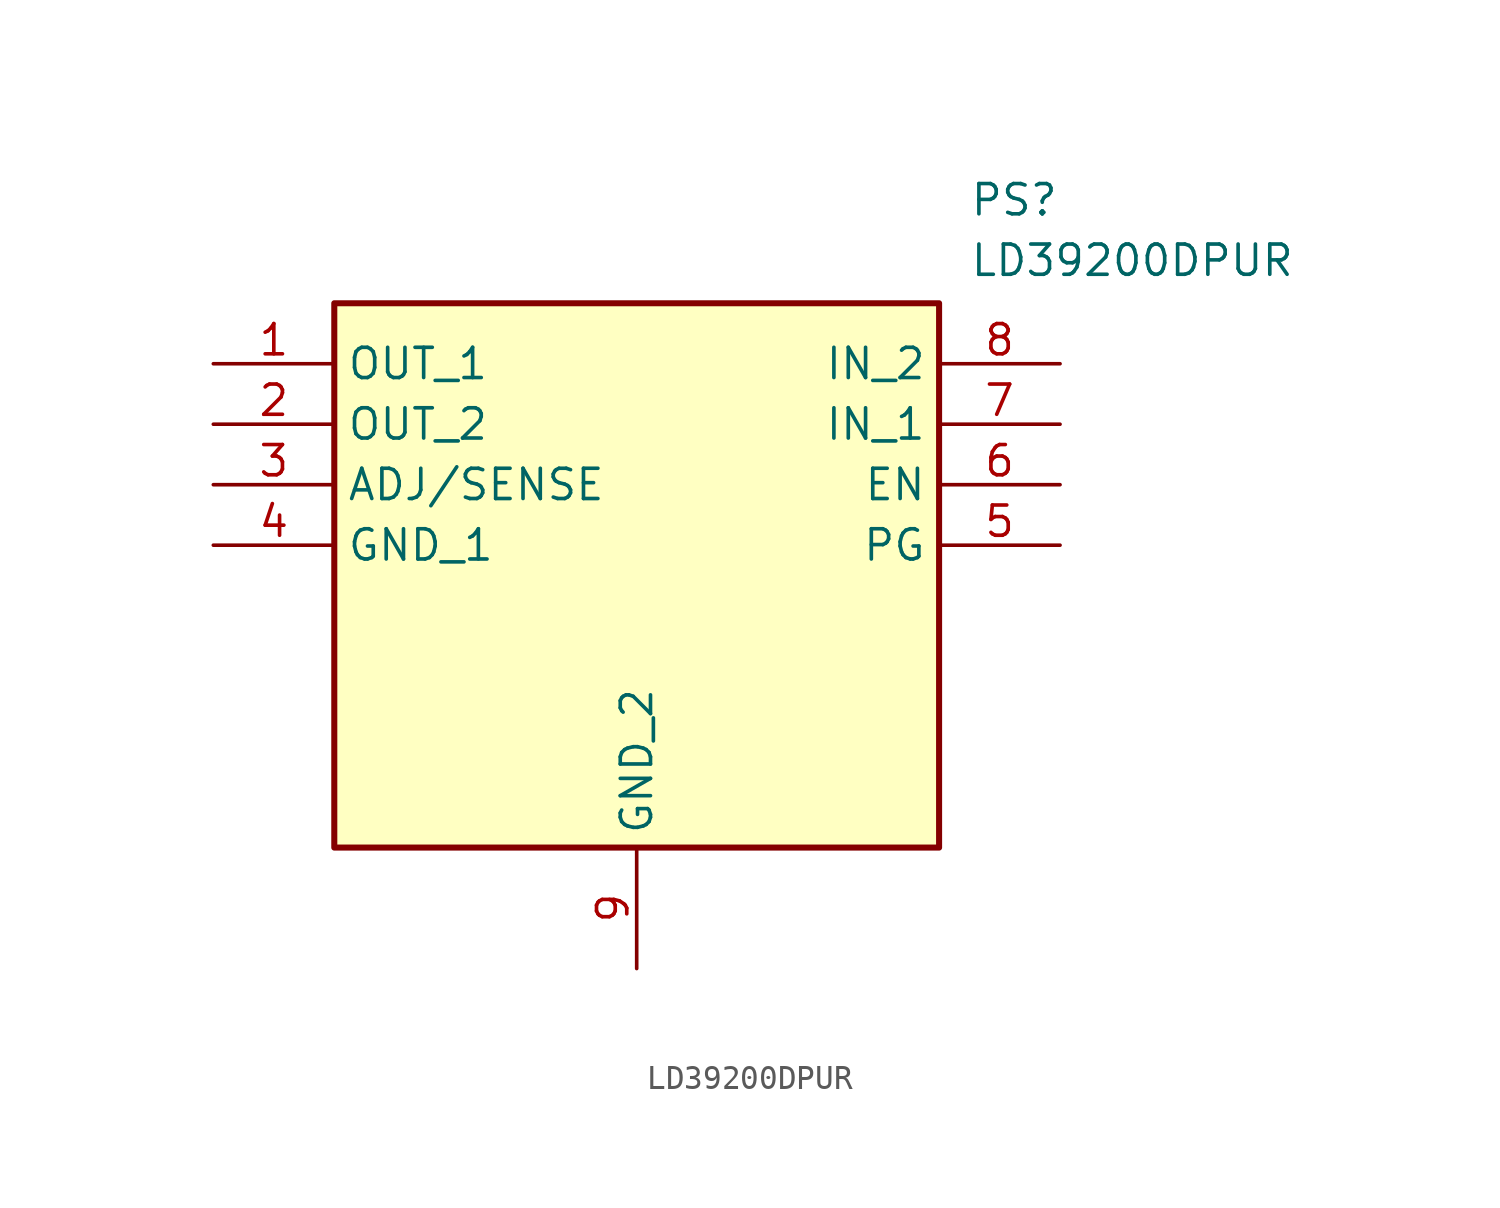
<source format=kicad_sym>
(kicad_symbol_lib
  (version 20211014)
  (generator SamacSys_ECAD_Model)
  (symbol "LD39200DPUR"
    (property "Reference" "PS"
      (at 31.75 7.62 0)
      (effects (font (size 1.27 1.27)) (justify left top)))
    (property "Value" "LD39200DPUR"
      (at 31.75 5.08 0)
      (effects (font (size 1.27 1.27)) (justify left top)))
    (rectangle
      (start 5.08 2.54)
      (end 30.48 -20.32)
      (stroke (width 0.254) (type default))
      (fill (type background)))
    (pin passive line
      (at 0 0 0)
      (length 5.08)
      (name "OUT_1" (effects (font (size 1.27 1.27))))
      (number "1" (effects (font (size 1.27 1.27)))))
    (pin passive line
      (at 0 -2.54 0)
      (length 5.08)
      (name "OUT_2" (effects (font (size 1.27 1.27))))
      (number "2" (effects (font (size 1.27 1.27)))))
    (pin passive line
      (at 0 -5.08 0)
      (length 5.08)
      (name "ADJ/SENSE" (effects (font (size 1.27 1.27))))
      (number "3" (effects (font (size 1.27 1.27)))))
    (pin passive line
      (at 0 -7.62 0)
      (length 5.08)
      (name "GND_1" (effects (font (size 1.27 1.27))))
      (number "4" (effects (font (size 1.27 1.27)))))
    (pin passive line
      (at 17.78 -25.4 90)
      (length 5.08)
      (name "GND_2" (effects (font (size 1.27 1.27))))
      (number "9" (effects (font (size 1.27 1.27)))))
    (pin passive line
      (at 35.56 0 180)
      (length 5.08)
      (name "IN_2" (effects (font (size 1.27 1.27))))
      (number "8" (effects (font (size 1.27 1.27)))))
    (pin passive line
      (at 35.56 -2.54 180)
      (length 5.08)
      (name "IN_1" (effects (font (size 1.27 1.27))))
      (number "7" (effects (font (size 1.27 1.27)))))
    (pin passive line
      (at 35.56 -5.08 180)
      (length 5.08)
      (name "EN" (effects (font (size 1.27 1.27))))
      (number "6" (effects (font (size 1.27 1.27)))))
    (pin passive line
      (at 35.56 -7.62 180)
      (length 5.08)
      (name "PG" (effects (font (size 1.27 1.27))))
      (number "5" (effects (font (size 1.27 1.27)))))))
</source>
